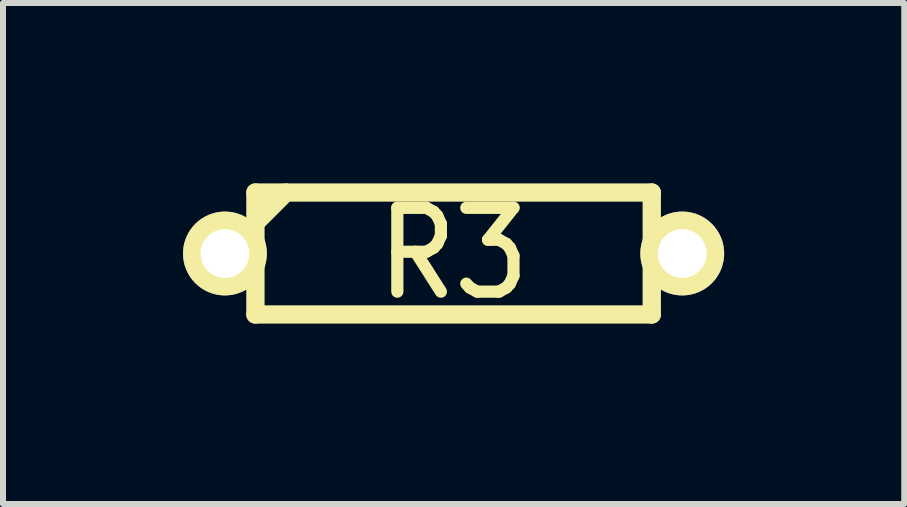
<source format=kicad_pcb>
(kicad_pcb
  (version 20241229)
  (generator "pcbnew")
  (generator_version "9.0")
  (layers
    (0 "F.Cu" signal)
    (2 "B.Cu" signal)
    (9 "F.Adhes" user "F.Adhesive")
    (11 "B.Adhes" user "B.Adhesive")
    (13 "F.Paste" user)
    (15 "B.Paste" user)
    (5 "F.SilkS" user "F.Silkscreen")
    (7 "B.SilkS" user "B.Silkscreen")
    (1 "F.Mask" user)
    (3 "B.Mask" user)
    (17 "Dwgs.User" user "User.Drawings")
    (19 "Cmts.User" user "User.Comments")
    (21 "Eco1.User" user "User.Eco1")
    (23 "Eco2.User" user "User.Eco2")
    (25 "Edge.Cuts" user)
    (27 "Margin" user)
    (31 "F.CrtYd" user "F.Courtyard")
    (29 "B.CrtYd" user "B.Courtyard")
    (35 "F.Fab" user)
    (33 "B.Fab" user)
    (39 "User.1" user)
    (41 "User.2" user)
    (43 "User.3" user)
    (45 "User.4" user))
  (footprint "R3"
    (layer "F.Cu")
    (at 4.508 1.174)
    (property "Reference" "R3" (at 0 0 0) (layer "F.SilkS") (effects (font (size 1.397 1.27) (thickness 0.203))))
    (attr through_hole)
    (fp_line (start -3.81 0) (end -3.302 0) (stroke (width 0.305) (type solid)) (layer "F.SilkS"))
    (fp_line (start -3.302 -1.016) (end -3.302 1.016) (stroke (width 0.305) (type solid)) (layer "F.SilkS"))
    (fp_line (start -3.302 -0.508) (end -2.794 -1.016) (stroke (width 0.305) (type solid)) (layer "F.SilkS"))
    (fp_line (start -3.302 1.016) (end 3.302 1.016) (stroke (width 0.305) (type solid)) (layer "F.SilkS"))
    (fp_line (start 3.302 -1.016) (end -3.302 -1.016) (stroke (width 0.305) (type solid)) (layer "F.SilkS"))
    (fp_line (start 3.302 0) (end 3.302 -1.016) (stroke (width 0.305) (type solid)) (layer "F.SilkS"))
    (fp_line (start 3.302 1.016) (end 3.302 0) (stroke (width 0.305) (type solid)) (layer "F.SilkS"))
    (fp_line (start 3.81 0) (end 3.302 0) (stroke (width 0.305) (type solid)) (layer "F.SilkS"))
    (pad "1" thru_hole circle (at -3.81 0) (size 1.397 1.397) (drill 0.813) (layers "*.Cu" "*.Mask" "F.SilkS"))
    (pad "2" thru_hole circle (at 3.81 0) (size 1.397 1.397) (drill 0.813) (layers "*.Cu" "*.Mask" "F.SilkS")))
  (gr_rect
    (start -3 -3)
    (end 12.017 5.348)
    (stroke (width 0.1) (type default))
    (fill no)
    (layer "Edge.Cuts")))
</source>
